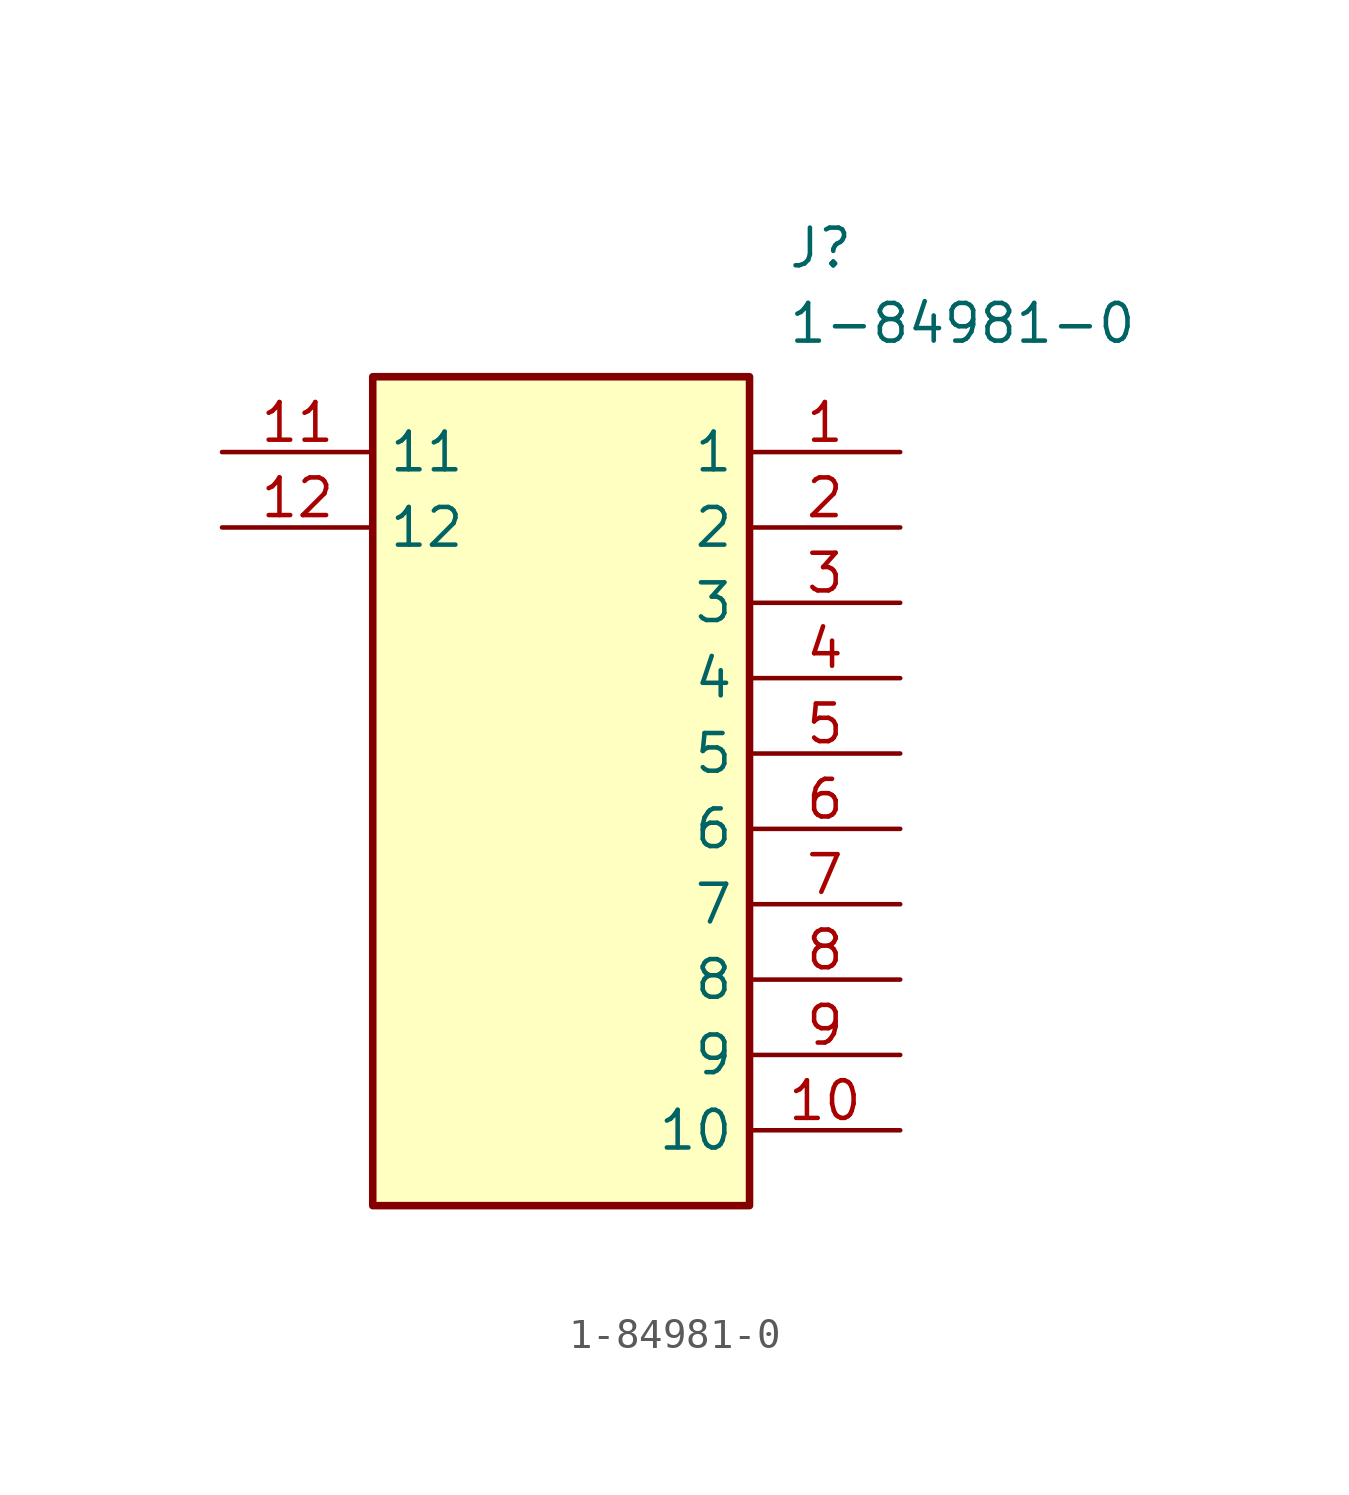
<source format=kicad_sym>
(kicad_symbol_lib
  (version 20211014)
  (generator SamacSys_ECAD_Model)
  (symbol "1-84981-0"
    (property "Reference" "J"
      (at 19.05 7.62 0)
      (effects (font (size 1.27 1.27)) (justify left top)))
    (property "Value" "1-84981-0"
      (at 19.05 5.08 0)
      (effects (font (size 1.27 1.27)) (justify left top)))
    (rectangle
      (start 5.08 2.54)
      (end 17.78 -25.4)
      (stroke (width 0.254) (type default))
      (fill (type background)))
    (pin passive line
      (at 22.86 0 180)
      (length 5.08)
      (name "1" (effects (font (size 1.27 1.27))))
      (number "1" (effects (font (size 1.27 1.27)))))
    (pin passive line
      (at 22.86 -2.54 180)
      (length 5.08)
      (name "2" (effects (font (size 1.27 1.27))))
      (number "2" (effects (font (size 1.27 1.27)))))
    (pin passive line
      (at 22.86 -5.08 180)
      (length 5.08)
      (name "3" (effects (font (size 1.27 1.27))))
      (number "3" (effects (font (size 1.27 1.27)))))
    (pin passive line
      (at 22.86 -7.62 180)
      (length 5.08)
      (name "4" (effects (font (size 1.27 1.27))))
      (number "4" (effects (font (size 1.27 1.27)))))
    (pin passive line
      (at 22.86 -10.16 180)
      (length 5.08)
      (name "5" (effects (font (size 1.27 1.27))))
      (number "5" (effects (font (size 1.27 1.27)))))
    (pin passive line
      (at 22.86 -12.7 180)
      (length 5.08)
      (name "6" (effects (font (size 1.27 1.27))))
      (number "6" (effects (font (size 1.27 1.27)))))
    (pin passive line
      (at 22.86 -15.24 180)
      (length 5.08)
      (name "7" (effects (font (size 1.27 1.27))))
      (number "7" (effects (font (size 1.27 1.27)))))
    (pin passive line
      (at 22.86 -17.78 180)
      (length 5.08)
      (name "8" (effects (font (size 1.27 1.27))))
      (number "8" (effects (font (size 1.27 1.27)))))
    (pin passive line
      (at 22.86 -20.32 180)
      (length 5.08)
      (name "9" (effects (font (size 1.27 1.27))))
      (number "9" (effects (font (size 1.27 1.27)))))
    (pin passive line
      (at 22.86 -22.86 180)
      (length 5.08)
      (name "10" (effects (font (size 1.27 1.27))))
      (number "10" (effects (font (size 1.27 1.27)))))
    (pin passive line
      (at 0 0 0)
      (length 5.08)
      (name "11" (effects (font (size 1.27 1.27))))
      (number "11" (effects (font (size 1.27 1.27)))))
    (pin passive line
      (at 0 -2.54 0)
      (length 5.08)
      (name "12" (effects (font (size 1.27 1.27))))
      (number "12" (effects (font (size 1.27 1.27)))))))
</source>
